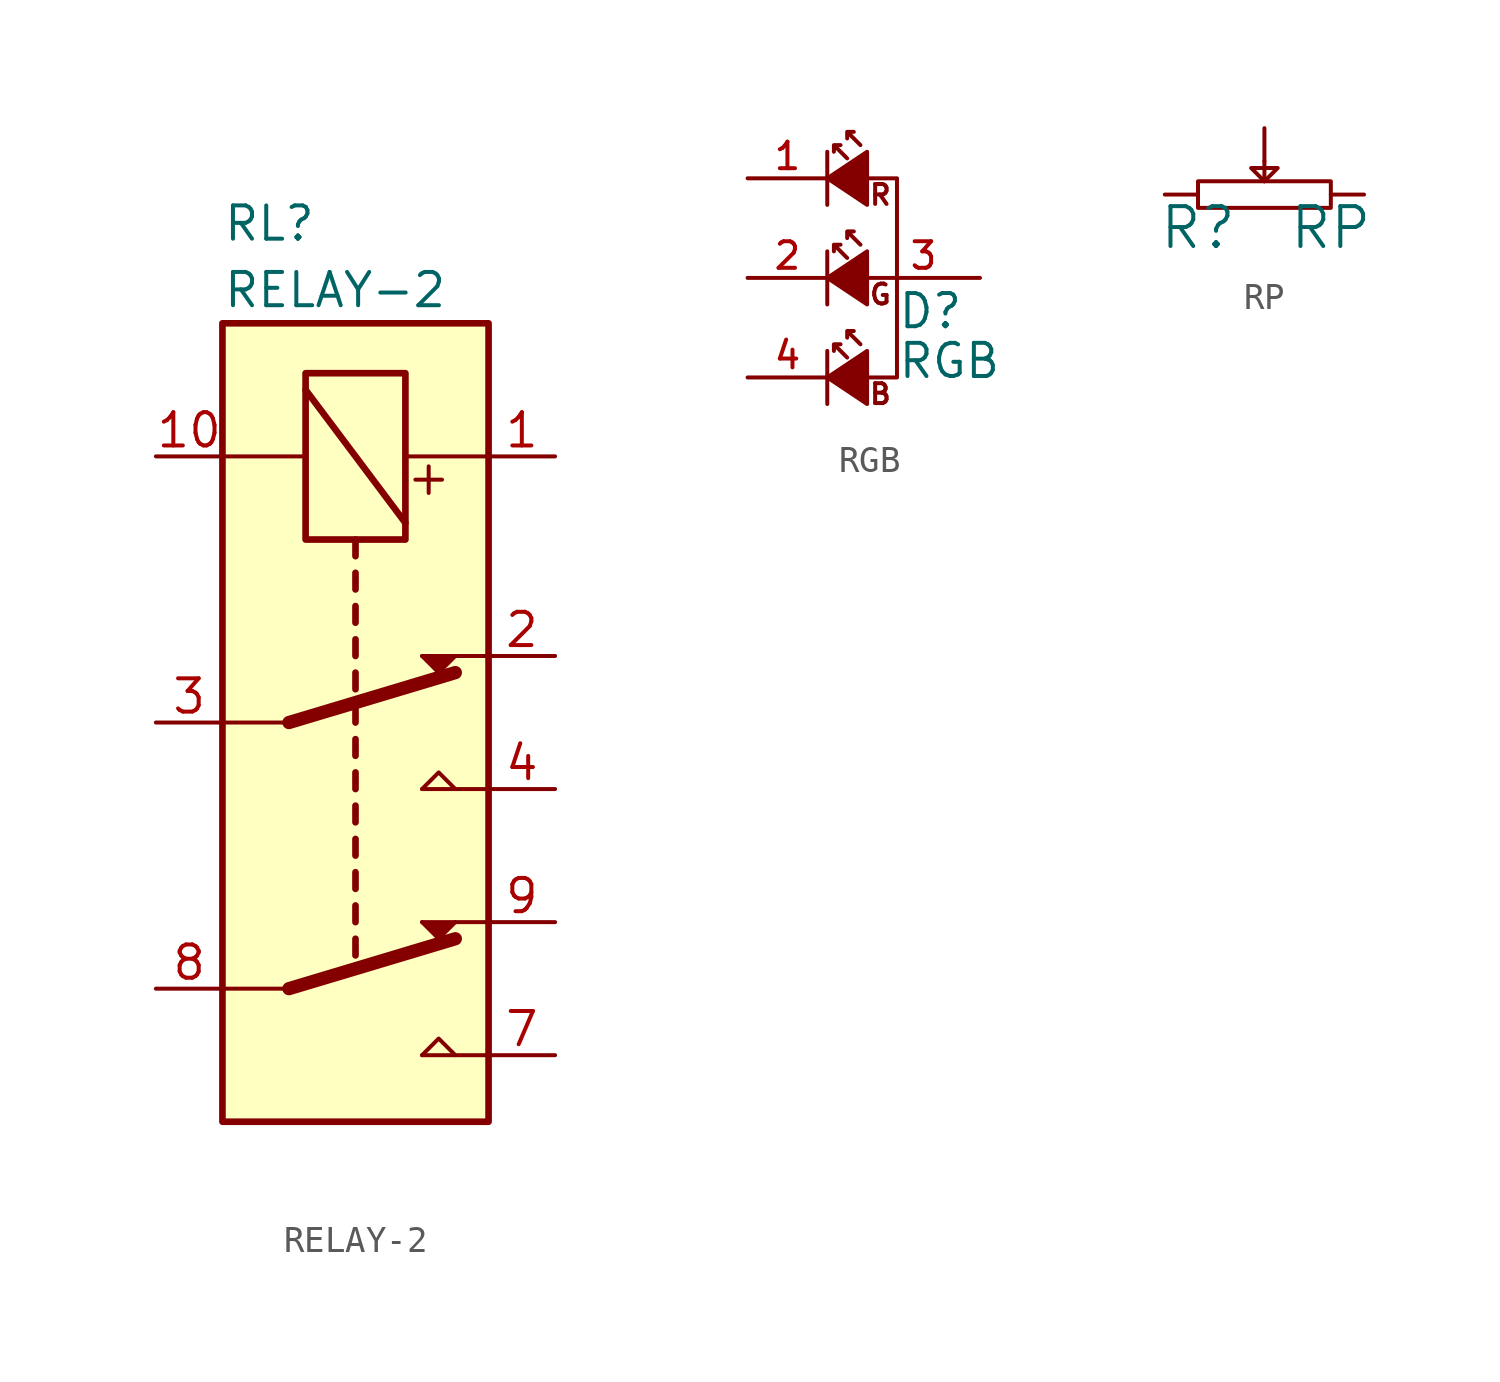
<source format=kicad_sym>
(kicad_symbol_lib
  (version 20220914)
  (generator kicad_symbol_editor)
  (symbol "RELAY-2"
    (pin_names
      (offset 1.016))
    (property "Reference" "RL"
      (at -5.08 19.05 0)
      (effects (font (size 1.27 1.27)) (justify left)))
    (property "Value" "RELAY-2"
      (at -5.08 16.51 0)
      (effects (font (size 1.27 1.27)) (justify left)))
    (property "Footprint" ""
      (at 0 5.08 90)
      (effects (font (size 1.27 1.27))))
    (property "Datasheet" ""
      (at 0 5.08 90)
      (effects (font (size 1.27 1.27))))
    (symbol "RELAY-2_0_1"
      (polyline (pts (xy -5.08 10.16) (xy -1.905 10.16)) (stroke (width 0) (type default)) (fill (type none)))
      (polyline (pts (xy -2.54 -10.16) (xy -5.08 -10.16)) (stroke (width 0) (type default)) (fill (type none)))
      (polyline (pts (xy -2.54 -10.16) (xy 3.81 -8.255)) (stroke (width 0.508) (type default)) (fill (type none)))
      (polyline (pts (xy -2.54 0) (xy -5.08 0)) (stroke (width 0) (type default)) (fill (type none)))
      (polyline (pts (xy -2.54 0) (xy 3.81 1.905)) (stroke (width 0.508) (type default)) (fill (type none)))
      (polyline (pts (xy -1.905 12.7) (xy 1.905 7.62)) (stroke (width 0.254) (type default)) (fill (type none)))
      (polyline (pts (xy 0 -8.255) (xy 0 -8.89)) (stroke (width 0.254) (type default)) (fill (type none)))
      (polyline (pts (xy 0 -6.985) (xy 0 -7.62)) (stroke (width 0.254) (type default)) (fill (type none)))
      (polyline (pts (xy 0 -5.715) (xy 0 -6.35)) (stroke (width 0.254) (type default)) (fill (type none)))
      (polyline (pts (xy 0 -4.445) (xy 0 -5.08)) (stroke (width 0.254) (type default)) (fill (type none)))
      (polyline (pts (xy 0 -3.175) (xy 0 -3.81)) (stroke (width 0.254) (type default)) (fill (type none)))
      (polyline (pts (xy 0 -1.905) (xy 0 -2.54)) (stroke (width 0.254) (type default)) (fill (type none)))
      (polyline (pts (xy 0 -0.635) (xy 0 -1.27)) (stroke (width 0.254) (type default)) (fill (type none)))
      (polyline (pts (xy 0 0.635) (xy 0 0)) (stroke (width 0.254) (type default)) (fill (type none)))
      (polyline (pts (xy 0 1.905) (xy 0 1.27)) (stroke (width 0.254) (type default)) (fill (type none)))
      (polyline (pts (xy 0 3.175) (xy 0 2.54)) (stroke (width 0.254) (type default)) (fill (type none)))
      (polyline (pts (xy 0 4.445) (xy 0 3.81)) (stroke (width 0.254) (type default)) (fill (type none)))
      (polyline (pts (xy 0 5.715) (xy 0 5.08)) (stroke (width 0.254) (type default)) (fill (type none)))
      (polyline (pts (xy 0 6.985) (xy 0 6.35)) (stroke (width 0.254) (type default)) (fill (type none)))
      (polyline (pts (xy 2.54 -12.7) (xy 5.08 -12.7)) (stroke (width 0) (type default)) (fill (type none)))
      (polyline (pts (xy 2.54 -7.62) (xy 5.08 -7.62)) (stroke (width 0) (type default)) (fill (type none)))
      (polyline (pts (xy 2.54 -2.54) (xy 5.08 -2.54)) (stroke (width 0) (type default)) (fill (type none)))
      (polyline (pts (xy 2.54 2.54) (xy 5.08 2.54)) (stroke (width 0) (type default)) (fill (type none)))
      (polyline (pts (xy 2.794 9.779) (xy 2.794 8.763)) (stroke (width 0) (type default)) (fill (type none)))
      (polyline (pts (xy 3.302 9.271) (xy 2.286 9.271)) (stroke (width 0) (type default)) (fill (type none)))
      (polyline (pts (xy 5.08 10.16) (xy 1.905 10.16)) (stroke (width 0) (type default)) (fill (type none)))
      (polyline (pts (xy 2.54 -12.7) (xy 3.175 -12.065) (xy 3.81 -12.7)) (stroke (width 0) (type default)) (fill (type none)))
      (polyline (pts (xy 2.54 -7.62) (xy 3.175 -8.255) (xy 3.81 -7.62)) (stroke (width 0) (type default)) (fill (type outline)))
      (polyline (pts (xy 2.54 -2.54) (xy 3.175 -1.905) (xy 3.81 -2.54)) (stroke (width 0) (type default)) (fill (type none)))
      (polyline (pts (xy 2.54 2.54) (xy 3.175 1.905) (xy 3.81 2.54)) (stroke (width 0) (type default)) (fill (type outline)))
      (rectangle (start 1.905 13.335) (end -1.905 6.985) (stroke (width 0.254) (type default)) (fill (type none)))
      (rectangle (start 5.08 15.24) (end -5.08 -15.24) (stroke (width 0.254) (type default)) (fill (type background))))
    (symbol "RELAY-2_1_1"
      (pin passive line (at 7.62 10.16 180) (length 2.54) (name "~" (effects (font (size 1.27 1.27)))) (number "1" (effects (font (size 1.27 1.27)))))
      (pin passive line (at -7.62 10.16 0) (length 2.54) (name "~" (effects (font (size 1.27 1.27)))) (number "10" (effects (font (size 1.27 1.27)))))
      (pin passive line (at 7.62 2.54 180) (length 2.54) (name "~" (effects (font (size 1.27 1.27)))) (number "2" (effects (font (size 1.27 1.27)))))
      (pin passive line (at -7.62 0 0) (length 2.54) (name "~" (effects (font (size 1.27 1.27)))) (number "3" (effects (font (size 1.27 1.27)))))
      (pin passive line (at 7.62 -2.54 180) (length 2.54) (name "~" (effects (font (size 1.27 1.27)))) (number "4" (effects (font (size 1.27 1.27)))))
      (pin passive line (at 7.62 -12.7 180) (length 2.54) (name "~" (effects (font (size 1.27 1.27)))) (number "7" (effects (font (size 1.27 1.27)))))
      (pin passive line (at -7.62 -10.16 0) (length 2.54) (name "~" (effects (font (size 1.27 1.27)))) (number "8" (effects (font (size 1.27 1.27)))))
      (pin passive line (at 7.62 -7.62 180) (length 2.54) (name "~" (effects (font (size 1.27 1.27)))) (number "9" (effects (font (size 1.27 1.27)))))))
  (symbol "RGB"
    (pin_names
      (offset 0.254) hide)
    (property "Reference" "D"
      (at 1.905 -1.27 0)
      (effects (font (size 1.27 1.27)) (justify left)))
    (property "Value" "RGB"
      (at 1.905 -3.175 0)
      (effects (font (size 1.27 1.27)) (justify left)))
    (property "Footprint" ""
      (at 0 -3.81 90)
      (effects (font (size 1.524 1.524))))
    (property "Datasheet" ""
      (at 0 -3.81 90)
      (effects (font (size 1.524 1.524))))
    (symbol "RGB_0_0"
      (polyline (pts (xy 0.635 3.81) (xy 1.905 3.81) (xy 1.905 0)) (stroke (width 0) (type default)) (fill (type none)))
      (polyline (pts (xy 1.905 0) (xy 1.905 -3.81) (xy 0.635 -3.81)) (stroke (width 0) (type default)) (fill (type none)))
      (text "B" (at 1.27 -4.445 0) (effects (font (size 0.762 0.762))))
      (text "G" (at 1.27 -0.635 0) (effects (font (size 0.762 0.762))))
      (text "R" (at 1.27 3.175 0) (effects (font (size 0.762 0.762)))))
    (symbol "RGB_0_1"
      (polyline (pts (xy -0.762 -4.826) (xy -0.762 -2.794)) (stroke (width 0) (type default)) (fill (type none)))
      (polyline (pts (xy -0.762 -1.016) (xy -0.762 1.016)) (stroke (width 0) (type default)) (fill (type none)))
      (polyline (pts (xy -0.762 2.794) (xy -0.762 4.826)) (stroke (width 0) (type default)) (fill (type none)))
      (polyline (pts (xy 0.762 -4.826) (xy -0.762 -3.81) (xy 0.762 -2.794) (xy 0.762 -4.826)) (stroke (width 0) (type default)) (fill (type outline)))
      (polyline (pts (xy 0.762 -1.016) (xy -0.762 0) (xy 0.762 1.016) (xy 0.762 -1.016)) (stroke (width 0) (type default)) (fill (type outline)))
      (polyline (pts (xy 0.762 2.794) (xy -0.762 3.81) (xy 0.762 4.826) (xy 0.762 2.794)) (stroke (width 0) (type default)) (fill (type outline)))
      (polyline (pts (xy 0 -3.048) (xy -0.508 -2.54) (xy -0.254 -2.54) (xy -0.508 -2.54) (xy -0.508 -2.794)) (stroke (width 0) (type default)) (fill (type none)))
      (polyline (pts (xy 0 0.762) (xy -0.508 1.27) (xy -0.254 1.27) (xy -0.508 1.27) (xy -0.508 1.016)) (stroke (width 0) (type default)) (fill (type none)))
      (polyline (pts (xy 0 4.572) (xy -0.508 5.08) (xy -0.254 5.08) (xy -0.508 5.08) (xy -0.508 4.826)) (stroke (width 0) (type default)) (fill (type none)))
      (polyline (pts (xy 0.508 -2.54) (xy 0 -2.032) (xy 0.254 -2.032) (xy 0 -2.032) (xy 0 -2.286)) (stroke (width 0) (type default)) (fill (type none)))
      (polyline (pts (xy 0.508 1.27) (xy 0 1.778) (xy 0.254 1.778) (xy 0 1.778) (xy 0 1.524)) (stroke (width 0) (type default)) (fill (type none)))
      (polyline (pts (xy 0.508 5.08) (xy 0 5.588) (xy 0.254 5.588) (xy 0 5.588) (xy 0 5.334)) (stroke (width 0) (type default)) (fill (type none))))
    (symbol "RGB_1_1"
      (pin bidirectional line (at -3.81 3.81 0) (length 3.048) (name "K" (effects (font (size 1.016 1.016)))) (number "1" (effects (font (size 1.016 1.016)))))
      (pin bidirectional line (at -3.81 0 0) (length 3.048) (name "K" (effects (font (size 1.016 1.016)))) (number "2" (effects (font (size 1.016 1.016)))))
      (pin bidirectional line (at 5.08 0 180) (length 4.318) (name "A" (effects (font (size 1.016 1.016)))) (number "3" (effects (font (size 1.016 1.016)))))
      (pin bidirectional line (at -3.81 -3.81 0) (length 3.048) (name "K" (effects (font (size 1.016 1.016)))) (number "4" (effects (font (size 1.016 1.016)))))))
  (symbol "RP"
    (pin_numbers hide)
    (pin_names
      (offset 1.016) hide)
    (property "Reference" "R"
      (at -2.54 -1.27 0)
      (effects (font (size 1.524 1.524))))
    (property "Value" "RP"
      (at 2.54 -1.27 0)
      (effects (font (size 1.524 1.524))))
    (property "Footprint" ""
      (at 0 0 0)
      (effects (font (size 1.524 1.524))))
    (property "Datasheet" ""
      (at 0 0 0)
      (effects (font (size 1.524 1.524))))
    (symbol "RP_0_1"
      (rectangle (start -2.54 0.508) (end 2.54 -0.508) (stroke (width 0) (type default)) (fill (type none)))
      (polyline (pts (xy 0 1.27) (xy 0 0.508)) (stroke (width 0) (type default)) (fill (type none)))
      (polyline (pts (xy -0.508 1.016) (xy 0.508 1.016) (xy 0 0.508) (xy -0.508 1.016)) (stroke (width 0) (type default)) (fill (type none))))
    (symbol "RP_1_1"
      (pin bidirectional line (at -3.81 0 0) (length 1.27) (name "~" (effects (font (size 1.27 1.27)))) (number "1" (effects (font (size 1.27 1.27)))))
      (pin bidirectional line (at 0 2.54 270) (length 1.27) (name "~" (effects (font (size 1.27 1.27)))) (number "2" (effects (font (size 1.27 1.27)))))
      (pin bidirectional line (at 3.81 0 180) (length 1.27) (name "~" (effects (font (size 1.27 1.27)))) (number "3" (effects (font (size 1.27 1.27))))))))
</source>
